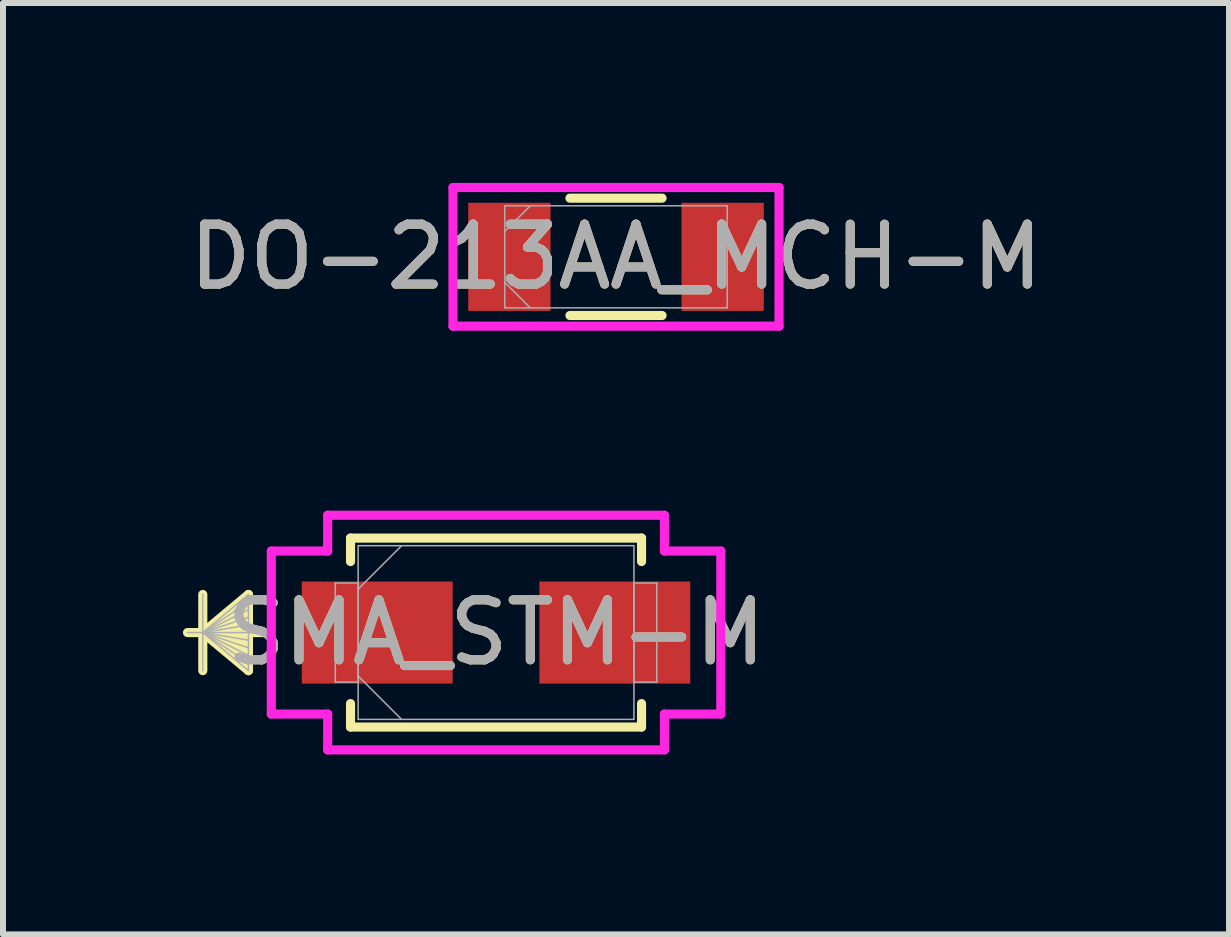
<source format=kicad_pcb>
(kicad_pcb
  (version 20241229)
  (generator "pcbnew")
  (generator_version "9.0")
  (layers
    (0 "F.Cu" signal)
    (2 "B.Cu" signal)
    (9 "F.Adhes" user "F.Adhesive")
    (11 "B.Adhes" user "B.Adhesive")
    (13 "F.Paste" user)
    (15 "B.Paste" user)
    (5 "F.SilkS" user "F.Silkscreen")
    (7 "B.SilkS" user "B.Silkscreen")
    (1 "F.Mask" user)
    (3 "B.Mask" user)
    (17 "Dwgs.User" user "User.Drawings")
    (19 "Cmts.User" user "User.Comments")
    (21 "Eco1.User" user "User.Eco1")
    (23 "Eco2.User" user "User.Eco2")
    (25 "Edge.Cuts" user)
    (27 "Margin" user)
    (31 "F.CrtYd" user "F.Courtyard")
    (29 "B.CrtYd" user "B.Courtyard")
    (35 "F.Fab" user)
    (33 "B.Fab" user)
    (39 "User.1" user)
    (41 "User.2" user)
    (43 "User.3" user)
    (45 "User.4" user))
  (footprint "SMA_STM-M"
    (layer "F.Cu")
    (at 5.22 7.496)
    (property "Reference" "SMA_STM-M" (at 0 0 0) (unlocked yes) (layer "F.SilkS") (effects (font (size 1 1) (thickness 0.15))))
    (attr smd)
    (fp_line (start -4.889 -0.635) (end -4.889 0.635) (stroke (width 0.152) (type solid)) (layer "F.SilkS"))
    (fp_line (start -4.889 0) (end -4.128 -0.635) (stroke (width 0.152) (type solid)) (layer "F.SilkS"))
    (fp_line (start -4.889 0) (end -4.128 -0.508) (stroke (width 0.152) (type solid)) (layer "F.SilkS"))
    (fp_line (start -4.889 0) (end -4.128 -0.381) (stroke (width 0.152) (type solid)) (layer "F.SilkS"))
    (fp_line (start -4.889 0) (end -4.128 -0.254) (stroke (width 0.152) (type solid)) (layer "F.SilkS"))
    (fp_line (start -4.889 0) (end -4.128 -0.127) (stroke (width 0.152) (type solid)) (layer "F.SilkS"))
    (fp_line (start -4.889 0) (end -4.128 0.127) (stroke (width 0.152) (type solid)) (layer "F.SilkS"))
    (fp_line (start -4.889 0) (end -4.128 0.254) (stroke (width 0.152) (type solid)) (layer "F.SilkS"))
    (fp_line (start -4.889 0) (end -4.128 0.381) (stroke (width 0.152) (type solid)) (layer "F.SilkS"))
    (fp_line (start -4.889 0) (end -4.128 0.508) (stroke (width 0.152) (type solid)) (layer "F.SilkS"))
    (fp_line (start -4.889 0) (end -4.128 0.635) (stroke (width 0.152) (type solid)) (layer "F.SilkS"))
    (fp_line (start -4.128 -0.635) (end -4.128 0.635) (stroke (width 0.152) (type solid)) (layer "F.SilkS"))
    (fp_line (start -3.873 0) (end -5.144 0) (stroke (width 0.152) (type solid)) (layer "F.SilkS"))
    (fp_line (start -2.426 -1.575) (end -2.426 -1.184) (stroke (width 0.152) (type solid)) (layer "F.SilkS"))
    (fp_line (start -2.426 1.184) (end -2.426 1.575) (stroke (width 0.152) (type solid)) (layer "F.SilkS"))
    (fp_line (start -2.426 1.575) (end 2.426 1.575) (stroke (width 0.152) (type solid)) (layer "F.SilkS"))
    (fp_line (start 2.426 -1.575) (end -2.426 -1.575) (stroke (width 0.152) (type solid)) (layer "F.SilkS"))
    (fp_line (start 2.426 -1.184) (end 2.426 -1.575) (stroke (width 0.152) (type solid)) (layer "F.SilkS"))
    (fp_line (start 2.426 1.575) (end 2.426 1.184) (stroke (width 0.152) (type solid)) (layer "F.SilkS"))
    (fp_line (start -3.747 -1.359) (end -2.807 -1.359) (stroke (width 0.152) (type solid)) (layer "F.CrtYd"))
    (fp_line (start -3.747 1.359) (end -3.747 -1.359) (stroke (width 0.152) (type solid)) (layer "F.CrtYd"))
    (fp_line (start -2.807 -1.956) (end 2.807 -1.956) (stroke (width 0.152) (type solid)) (layer "F.CrtYd"))
    (fp_line (start -2.807 -1.359) (end -2.807 -1.956) (stroke (width 0.152) (type solid)) (layer "F.CrtYd"))
    (fp_line (start -2.807 1.359) (end -3.747 1.359) (stroke (width 0.152) (type solid)) (layer "F.CrtYd"))
    (fp_line (start -2.807 1.956) (end -2.807 1.359) (stroke (width 0.152) (type solid)) (layer "F.CrtYd"))
    (fp_line (start 2.807 -1.956) (end 2.807 -1.359) (stroke (width 0.152) (type solid)) (layer "F.CrtYd"))
    (fp_line (start 2.807 -1.359) (end 3.747 -1.359) (stroke (width 0.152) (type solid)) (layer "F.CrtYd"))
    (fp_line (start 2.807 1.359) (end 2.807 1.956) (stroke (width 0.152) (type solid)) (layer "F.CrtYd"))
    (fp_line (start 2.807 1.956) (end -2.807 1.956) (stroke (width 0.152) (type solid)) (layer "F.CrtYd"))
    (fp_line (start 3.747 -1.359) (end 3.747 1.359) (stroke (width 0.152) (type solid)) (layer "F.CrtYd"))
    (fp_line (start 3.747 1.359) (end 2.807 1.359) (stroke (width 0.152) (type solid)) (layer "F.CrtYd"))
    (fp_line (start -4.889 -0.635) (end -4.889 0.635) (stroke (width 0.025) (type solid)) (layer "F.Fab"))
    (fp_line (start -4.889 0) (end -4.128 -0.635) (stroke (width 0.025) (type solid)) (layer "F.Fab"))
    (fp_line (start -4.889 0) (end -4.128 -0.508) (stroke (width 0.025) (type solid)) (layer "F.Fab"))
    (fp_line (start -4.889 0) (end -4.128 -0.381) (stroke (width 0.025) (type solid)) (layer "F.Fab"))
    (fp_line (start -4.889 0) (end -4.128 -0.254) (stroke (width 0.025) (type solid)) (layer "F.Fab"))
    (fp_line (start -4.889 0) (end -4.128 -0.127) (stroke (width 0.025) (type solid)) (layer "F.Fab"))
    (fp_line (start -4.889 0) (end -4.128 0.127) (stroke (width 0.025) (type solid)) (layer "F.Fab"))
    (fp_line (start -4.889 0) (end -4.128 0.254) (stroke (width 0.025) (type solid)) (layer "F.Fab"))
    (fp_line (start -4.889 0) (end -4.128 0.381) (stroke (width 0.025) (type solid)) (layer "F.Fab"))
    (fp_line (start -4.889 0) (end -4.128 0.508) (stroke (width 0.025) (type solid)) (layer "F.Fab"))
    (fp_line (start -4.889 0) (end -4.128 0.635) (stroke (width 0.025) (type solid)) (layer "F.Fab"))
    (fp_line (start -4.128 -0.635) (end -4.128 0.635) (stroke (width 0.025) (type solid)) (layer "F.Fab"))
    (fp_line (start -3.873 0) (end -5.144 0) (stroke (width 0.025) (type solid)) (layer "F.Fab"))
    (fp_line (start -2.68 -0.826) (end -2.68 0.826) (stroke (width 0.025) (type solid)) (layer "F.Fab"))
    (fp_line (start -2.68 0.826) (end -2.299 0.826) (stroke (width 0.025) (type solid)) (layer "F.Fab"))
    (fp_line (start -2.299 -1.448) (end -2.299 1.448) (stroke (width 0.025) (type solid)) (layer "F.Fab"))
    (fp_line (start -2.299 -0.826) (end -2.68 -0.826) (stroke (width 0.025) (type solid)) (layer "F.Fab"))
    (fp_line (start -2.299 -0.724) (end -1.575 -1.448) (stroke (width 0.025) (type solid)) (layer "F.Fab"))
    (fp_line (start -2.299 0.724) (end -1.575 1.448) (stroke (width 0.025) (type solid)) (layer "F.Fab"))
    (fp_line (start -2.299 0.826) (end -2.299 -0.826) (stroke (width 0.025) (type solid)) (layer "F.Fab"))
    (fp_line (start -2.299 1.448) (end 2.299 1.448) (stroke (width 0.025) (type solid)) (layer "F.Fab"))
    (fp_line (start 2.299 -1.448) (end -2.299 -1.448) (stroke (width 0.025) (type solid)) (layer "F.Fab"))
    (fp_line (start 2.299 -0.826) (end 2.299 0.826) (stroke (width 0.025) (type solid)) (layer "F.Fab"))
    (fp_line (start 2.299 0.826) (end 2.68 0.826) (stroke (width 0.025) (type solid)) (layer "F.Fab"))
    (fp_line (start 2.299 1.448) (end 2.299 -1.448) (stroke (width 0.025) (type solid)) (layer "F.Fab"))
    (fp_line (start 2.68 -0.826) (end 2.299 -0.826) (stroke (width 0.025) (type solid)) (layer "F.Fab"))
    (fp_line (start 2.68 0.826) (end 2.68 -0.826) (stroke (width 0.025) (type solid)) (layer "F.Fab"))
    (fp_text user "${REFERENCE}" (at 0 0 0) (unlocked yes) (layer "F.Fab") (effects (font (size 1 1) (thickness 0.15))))
    (pad "1" smd rect (at -1.981 0) (size 2.515 1.702) (layers "F.Cu" "F.Mask" "F.Paste"))
    (pad "2" smd rect (at 1.981 0) (size 2.515 1.702) (layers "F.Cu" "F.Mask" "F.Paste"))
    (zone (net_name "") (layer "F.Cu") (hatch full 0.508) (connect_pads) (min_thickness 0.254) (filled_areas_thickness no) (keepout (tracks not_allowed) (vias not_allowed) (pads allowed) (copperpour not_allowed) (footprints allowed)) (placement (enabled no)) (fill) (polygon (pts (xy 4.547 6.099) (xy 5.893 6.099) (xy 5.893 8.893) (xy 4.547 8.893)))))
  (footprint "DO-213AA_MCH-M"
    (layer "F.Cu")
    (at 7.22 1.232)
    (property "Reference" "DO-213AA_MCH-M" (at 0 0 0) (unlocked yes) (layer "F.SilkS") (effects (font (size 1 1) (thickness 0.15))))
    (attr smd)
    (fp_line (start -0.768 0.978) (end 0.768 0.978) (stroke (width 0.152) (type solid)) (layer "F.SilkS"))
    (fp_line (start 0.768 -0.978) (end -0.768 -0.978) (stroke (width 0.152) (type solid)) (layer "F.SilkS"))
    (fp_line (start -2.718 -1.156) (end 2.718 -1.156) (stroke (width 0.152) (type solid)) (layer "F.CrtYd"))
    (fp_line (start -2.718 1.156) (end -2.718 -1.156) (stroke (width 0.152) (type solid)) (layer "F.CrtYd"))
    (fp_line (start 2.718 -1.156) (end 2.718 1.156) (stroke (width 0.152) (type solid)) (layer "F.CrtYd"))
    (fp_line (start 2.718 1.156) (end -2.718 1.156) (stroke (width 0.152) (type solid)) (layer "F.CrtYd"))
    (fp_line (start -1.854 -0.851) (end -1.854 0.851) (stroke (width 0.025) (type solid)) (layer "F.Fab"))
    (fp_line (start -1.854 -0.425) (end -1.429 -0.851) (stroke (width 0.025) (type solid)) (layer "F.Fab"))
    (fp_line (start -1.854 0.425) (end -1.429 0.851) (stroke (width 0.025) (type solid)) (layer "F.Fab"))
    (fp_line (start -1.854 0.851) (end 1.854 0.851) (stroke (width 0.025) (type solid)) (layer "F.Fab"))
    (fp_line (start 1.854 -0.851) (end -1.854 -0.851) (stroke (width 0.025) (type solid)) (layer "F.Fab"))
    (fp_line (start 1.854 0.851) (end 1.854 -0.851) (stroke (width 0.025) (type solid)) (layer "F.Fab"))
    (fp_text user "${REFERENCE}" (at 0 0 0) (unlocked yes) (layer "F.Fab") (effects (font (size 1 1) (thickness 0.15))))
    (pad "1" smd rect (at -1.778 0) (size 1.372 1.803) (layers "F.Cu" "F.Mask" "F.Paste"))
    (pad "2" smd rect (at 1.778 0) (size 1.372 1.803) (layers "F.Cu" "F.Mask" "F.Paste"))
    (zone (net_name "") (layer "F.Cu") (hatch full 0.508) (connect_pads) (min_thickness 0.254) (filled_areas_thickness no) (keepout (tracks not_allowed) (vias not_allowed) (pads allowed) (copperpour not_allowed) (footprints allowed)) (placement (enabled no)) (fill) (polygon (pts (xy 6.179 0.381) (xy 8.262 0.381) (xy 8.262 2.083) (xy 6.179 2.083)))))
  (gr_rect
    (start -3 -3)
    (end 17.44 12.528)
    (stroke (width 0.1) (type default))
    (fill no)
    (layer "Edge.Cuts")))
</source>
